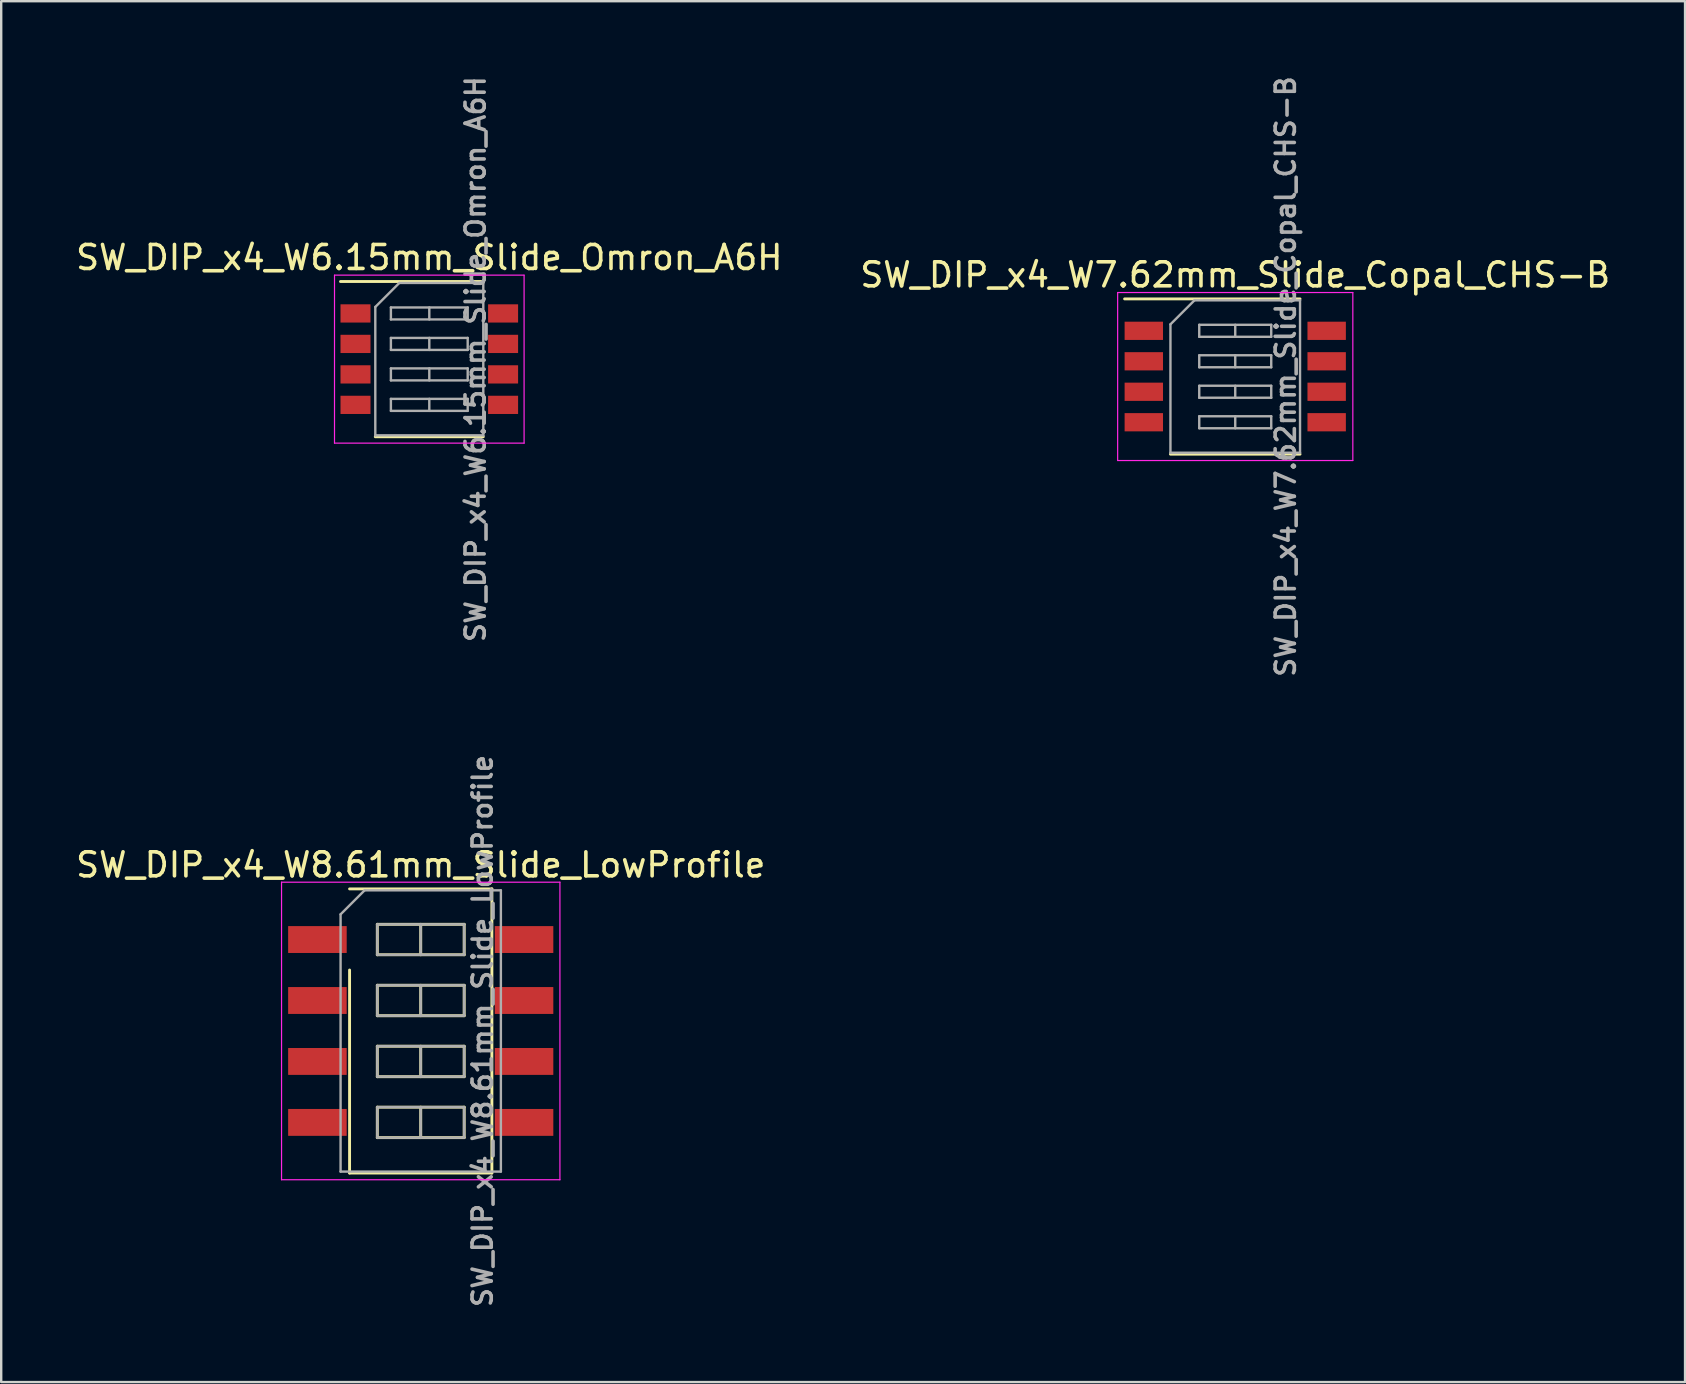
<source format=kicad_pcb>
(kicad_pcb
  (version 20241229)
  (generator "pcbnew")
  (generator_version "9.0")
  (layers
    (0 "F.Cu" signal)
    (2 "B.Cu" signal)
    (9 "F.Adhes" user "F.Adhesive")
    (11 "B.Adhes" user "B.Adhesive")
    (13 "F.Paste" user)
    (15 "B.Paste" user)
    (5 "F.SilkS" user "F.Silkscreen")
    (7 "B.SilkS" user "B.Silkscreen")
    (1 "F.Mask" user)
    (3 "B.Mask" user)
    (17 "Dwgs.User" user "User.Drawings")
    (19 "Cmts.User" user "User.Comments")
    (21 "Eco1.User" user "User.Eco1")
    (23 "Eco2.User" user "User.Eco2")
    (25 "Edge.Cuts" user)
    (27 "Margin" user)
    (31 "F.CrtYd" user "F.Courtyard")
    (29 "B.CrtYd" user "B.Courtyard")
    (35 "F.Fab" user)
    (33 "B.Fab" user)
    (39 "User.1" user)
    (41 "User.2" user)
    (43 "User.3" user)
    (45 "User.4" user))
  (footprint "SW_DIP_x4_W8.61mm_Slide_LowProfile"
    (layer "F.Cu")
    (at 14.482 39.911)
    (property "Reference" "SW_DIP_x4_W8.61mm_Slide_LowProfile" (at 0 -6.92 0) (layer "F.SilkS") (effects (font (size 1 1) (thickness 0.15))))
    (attr smd)
    (fp_line (start -2.965 -5.92) (end 2.965 -5.92) (stroke (width 0.12) (type solid)) (layer "F.SilkS"))
    (fp_line (start -2.965 5.92) (end -2.965 -2.54) (stroke (width 0.12) (type solid)) (layer "F.SilkS"))
    (fp_line (start -1.81 -4.445) (end -1.81 -3.175) (stroke (width 0.12) (type solid)) (layer "F.SilkS"))
    (fp_line (start -1.81 -3.175) (end 1.81 -3.175) (stroke (width 0.12) (type solid)) (layer "F.SilkS"))
    (fp_line (start -1.81 -1.905) (end -1.81 -0.635) (stroke (width 0.12) (type solid)) (layer "F.SilkS"))
    (fp_line (start -1.81 -0.635) (end 1.81 -0.635) (stroke (width 0.12) (type solid)) (layer "F.SilkS"))
    (fp_line (start -1.81 0.635) (end -1.81 1.905) (stroke (width 0.12) (type solid)) (layer "F.SilkS"))
    (fp_line (start -1.81 1.905) (end 1.81 1.905) (stroke (width 0.12) (type solid)) (layer "F.SilkS"))
    (fp_line (start -1.81 3.175) (end -1.81 4.445) (stroke (width 0.12) (type solid)) (layer "F.SilkS"))
    (fp_line (start -1.81 4.445) (end 1.81 4.445) (stroke (width 0.12) (type solid)) (layer "F.SilkS"))
    (fp_line (start 0 -4.445) (end 0 -3.175) (stroke (width 0.12) (type solid)) (layer "F.SilkS"))
    (fp_line (start 0 -1.905) (end 0 -0.635) (stroke (width 0.12) (type solid)) (layer "F.SilkS"))
    (fp_line (start 0 0.635) (end 0 1.905) (stroke (width 0.12) (type solid)) (layer "F.SilkS"))
    (fp_line (start 0 3.175) (end 0 4.445) (stroke (width 0.12) (type solid)) (layer "F.SilkS"))
    (fp_line (start 1.81 -4.445) (end -1.81 -4.445) (stroke (width 0.12) (type solid)) (layer "F.SilkS"))
    (fp_line (start 1.81 -3.175) (end 1.81 -4.445) (stroke (width 0.12) (type solid)) (layer "F.SilkS"))
    (fp_line (start 1.81 -1.905) (end -1.81 -1.905) (stroke (width 0.12) (type solid)) (layer "F.SilkS"))
    (fp_line (start 1.81 -0.635) (end 1.81 -1.905) (stroke (width 0.12) (type solid)) (layer "F.SilkS"))
    (fp_line (start 1.81 0.635) (end -1.81 0.635) (stroke (width 0.12) (type solid)) (layer "F.SilkS"))
    (fp_line (start 1.81 1.905) (end 1.81 0.635) (stroke (width 0.12) (type solid)) (layer "F.SilkS"))
    (fp_line (start 1.81 3.175) (end -1.81 3.175) (stroke (width 0.12) (type solid)) (layer "F.SilkS"))
    (fp_line (start 1.81 4.445) (end 1.81 3.175) (stroke (width 0.12) (type solid)) (layer "F.SilkS"))
    (fp_line (start 2.965 -5.92) (end 2.965 5.92) (stroke (width 0.12) (type solid)) (layer "F.SilkS"))
    (fp_line (start 2.965 5.92) (end -2.965 5.92) (stroke (width 0.12) (type solid)) (layer "F.SilkS"))
    (fp_line (start -5.8 -6.2) (end -5.8 6.2) (stroke (width 0.05) (type solid)) (layer "F.CrtYd"))
    (fp_line (start -5.8 6.2) (end 5.8 6.2) (stroke (width 0.05) (type solid)) (layer "F.CrtYd"))
    (fp_line (start 5.8 -6.2) (end -5.8 -6.2) (stroke (width 0.05) (type solid)) (layer "F.CrtYd"))
    (fp_line (start 5.8 6.2) (end 5.8 -6.2) (stroke (width 0.05) (type solid)) (layer "F.CrtYd"))
    (fp_line (start -3.34 -4.86) (end -2.34 -5.86) (stroke (width 0.1) (type solid)) (layer "F.Fab"))
    (fp_line (start -3.34 5.86) (end -3.34 -4.86) (stroke (width 0.1) (type solid)) (layer "F.Fab"))
    (fp_line (start -2.34 -5.86) (end 3.34 -5.86) (stroke (width 0.1) (type solid)) (layer "F.Fab"))
    (fp_line (start -1.81 -4.445) (end -1.81 -3.175) (stroke (width 0.1) (type solid)) (layer "F.Fab"))
    (fp_line (start -1.81 -3.175) (end 1.81 -3.175) (stroke (width 0.1) (type solid)) (layer "F.Fab"))
    (fp_line (start -1.81 -1.905) (end -1.81 -0.635) (stroke (width 0.1) (type solid)) (layer "F.Fab"))
    (fp_line (start -1.81 -0.635) (end 1.81 -0.635) (stroke (width 0.1) (type solid)) (layer "F.Fab"))
    (fp_line (start -1.81 0.635) (end -1.81 1.905) (stroke (width 0.1) (type solid)) (layer "F.Fab"))
    (fp_line (start -1.81 1.905) (end 1.81 1.905) (stroke (width 0.1) (type solid)) (layer "F.Fab"))
    (fp_line (start -1.81 3.175) (end -1.81 4.445) (stroke (width 0.1) (type solid)) (layer "F.Fab"))
    (fp_line (start -1.81 4.445) (end 1.81 4.445) (stroke (width 0.1) (type solid)) (layer "F.Fab"))
    (fp_line (start 0 -4.445) (end 0 -3.175) (stroke (width 0.1) (type solid)) (layer "F.Fab"))
    (fp_line (start 0 -1.905) (end 0 -0.635) (stroke (width 0.1) (type solid)) (layer "F.Fab"))
    (fp_line (start 0 0.635) (end 0 1.905) (stroke (width 0.1) (type solid)) (layer "F.Fab"))
    (fp_line (start 0 3.175) (end 0 4.445) (stroke (width 0.1) (type solid)) (layer "F.Fab"))
    (fp_line (start 1.81 -4.445) (end -1.81 -4.445) (stroke (width 0.1) (type solid)) (layer "F.Fab"))
    (fp_line (start 1.81 -3.175) (end 1.81 -4.445) (stroke (width 0.1) (type solid)) (layer "F.Fab"))
    (fp_line (start 1.81 -1.905) (end -1.81 -1.905) (stroke (width 0.1) (type solid)) (layer "F.Fab"))
    (fp_line (start 1.81 -0.635) (end 1.81 -1.905) (stroke (width 0.1) (type solid)) (layer "F.Fab"))
    (fp_line (start 1.81 0.635) (end -1.81 0.635) (stroke (width 0.1) (type solid)) (layer "F.Fab"))
    (fp_line (start 1.81 1.905) (end 1.81 0.635) (stroke (width 0.1) (type solid)) (layer "F.Fab"))
    (fp_line (start 1.81 3.175) (end -1.81 3.175) (stroke (width 0.1) (type solid)) (layer "F.Fab"))
    (fp_line (start 1.81 4.445) (end 1.81 3.175) (stroke (width 0.1) (type solid)) (layer "F.Fab"))
    (fp_line (start 3.34 -5.86) (end 3.34 5.86) (stroke (width 0.1) (type solid)) (layer "F.Fab"))
    (fp_line (start 3.34 5.86) (end -3.34 5.86) (stroke (width 0.1) (type solid)) (layer "F.Fab"))
    (fp_text user "${REFERENCE}" (at 2.575 0 90) (layer "F.Fab") (effects (font (size 0.8 0.8) (thickness 0.15))))
    (pad "1" smd rect (at -4.305 -3.81) (size 2.44 1.12) (layers "F.Cu" "F.Mask" "F.Paste"))
    (pad "2" smd rect (at -4.305 -1.27) (size 2.44 1.12) (layers "F.Cu" "F.Mask" "F.Paste"))
    (pad "3" smd rect (at -4.305 1.27) (size 2.44 1.12) (layers "F.Cu" "F.Mask" "F.Paste"))
    (pad "4" smd rect (at -4.305 3.81) (size 2.44 1.12) (layers "F.Cu" "F.Mask" "F.Paste"))
    (pad "5" smd rect (at 4.305 3.81) (size 2.44 1.12) (layers "F.Cu" "F.Mask" "F.Paste"))
    (pad "6" smd rect (at 4.305 1.27) (size 2.44 1.12) (layers "F.Cu" "F.Mask" "F.Paste"))
    (pad "7" smd rect (at 4.305 -1.27) (size 2.44 1.12) (layers "F.Cu" "F.Mask" "F.Paste"))
    (pad "8" smd rect (at 4.305 -3.81) (size 2.44 1.12) (layers "F.Cu" "F.Mask" "F.Paste")))
  (footprint "SW_DIP_x4_W6.15mm_Slide_Omron_A6H"
    (layer "F.Cu")
    (at 14.839 11.916)
    (property "Reference" "SW_DIP_x4_W6.15mm_Slide_Omron_A6H" (at 0 -4.235 0) (layer "F.SilkS") (effects (font (size 1 1) (thickness 0.15))))
    (attr smd)
    (fp_line (start -3.7 -3.235) (end 2.25 -3.235) (stroke (width 0.12) (type solid)) (layer "F.SilkS"))
    (fp_line (start -2.25 3.235) (end 2.25 3.235) (stroke (width 0.12) (type solid)) (layer "F.SilkS"))
    (fp_line (start -3.95 -3.5) (end -3.95 3.5) (stroke (width 0.05) (type solid)) (layer "F.CrtYd"))
    (fp_line (start -3.95 3.5) (end 3.95 3.5) (stroke (width 0.05) (type solid)) (layer "F.CrtYd"))
    (fp_line (start 3.95 -3.5) (end -3.95 -3.5) (stroke (width 0.05) (type solid)) (layer "F.CrtYd"))
    (fp_line (start 3.95 3.5) (end 3.95 -3.5) (stroke (width 0.05) (type solid)) (layer "F.CrtYd"))
    (fp_line (start -2.25 -2.175) (end -1.25 -3.175) (stroke (width 0.1) (type solid)) (layer "F.Fab"))
    (fp_line (start -2.25 3.175) (end -2.25 -2.175) (stroke (width 0.1) (type solid)) (layer "F.Fab"))
    (fp_line (start -1.6 -2.155) (end -1.6 -1.655) (stroke (width 0.1) (type solid)) (layer "F.Fab"))
    (fp_line (start -1.6 -1.655) (end 1.6 -1.655) (stroke (width 0.1) (type solid)) (layer "F.Fab"))
    (fp_line (start -1.6 -0.885) (end -1.6 -0.385) (stroke (width 0.1) (type solid)) (layer "F.Fab"))
    (fp_line (start -1.6 -0.385) (end 1.6 -0.385) (stroke (width 0.1) (type solid)) (layer "F.Fab"))
    (fp_line (start -1.6 0.385) (end -1.6 0.885) (stroke (width 0.1) (type solid)) (layer "F.Fab"))
    (fp_line (start -1.6 0.885) (end 1.6 0.885) (stroke (width 0.1) (type solid)) (layer "F.Fab"))
    (fp_line (start -1.6 1.655) (end -1.6 2.155) (stroke (width 0.1) (type solid)) (layer "F.Fab"))
    (fp_line (start -1.6 2.155) (end 1.6 2.155) (stroke (width 0.1) (type solid)) (layer "F.Fab"))
    (fp_line (start -1.25 -3.175) (end 2.25 -3.175) (stroke (width 0.1) (type solid)) (layer "F.Fab"))
    (fp_line (start 0 -2.155) (end 0 -1.655) (stroke (width 0.1) (type solid)) (layer "F.Fab"))
    (fp_line (start 0 -0.885) (end 0 -0.385) (stroke (width 0.1) (type solid)) (layer "F.Fab"))
    (fp_line (start 0 0.385) (end 0 0.885) (stroke (width 0.1) (type solid)) (layer "F.Fab"))
    (fp_line (start 0 1.655) (end 0 2.155) (stroke (width 0.1) (type solid)) (layer "F.Fab"))
    (fp_line (start 1.6 -2.155) (end -1.6 -2.155) (stroke (width 0.1) (type solid)) (layer "F.Fab"))
    (fp_line (start 1.6 -1.655) (end 1.6 -2.155) (stroke (width 0.1) (type solid)) (layer "F.Fab"))
    (fp_line (start 1.6 -0.885) (end -1.6 -0.885) (stroke (width 0.1) (type solid)) (layer "F.Fab"))
    (fp_line (start 1.6 -0.385) (end 1.6 -0.885) (stroke (width 0.1) (type solid)) (layer "F.Fab"))
    (fp_line (start 1.6 0.385) (end -1.6 0.385) (stroke (width 0.1) (type solid)) (layer "F.Fab"))
    (fp_line (start 1.6 0.885) (end 1.6 0.385) (stroke (width 0.1) (type solid)) (layer "F.Fab"))
    (fp_line (start 1.6 1.655) (end -1.6 1.655) (stroke (width 0.1) (type solid)) (layer "F.Fab"))
    (fp_line (start 1.6 2.155) (end 1.6 1.655) (stroke (width 0.1) (type solid)) (layer "F.Fab"))
    (fp_line (start 2.25 -3.175) (end 2.25 3.175) (stroke (width 0.1) (type solid)) (layer "F.Fab"))
    (fp_line (start 2.25 3.175) (end -2.25 3.175) (stroke (width 0.1) (type solid)) (layer "F.Fab"))
    (fp_text user "${REFERENCE}" (at 1.925 0 90) (layer "F.Fab") (effects (font (size 0.8 0.8) (thickness 0.15))))
    (pad "1" smd rect (at -3.075 -1.905) (size 1.25 0.76) (layers "F.Cu" "F.Mask" "F.Paste"))
    (pad "2" smd rect (at -3.075 -0.635) (size 1.25 0.76) (layers "F.Cu" "F.Mask" "F.Paste"))
    (pad "3" smd rect (at -3.075 0.635) (size 1.25 0.76) (layers "F.Cu" "F.Mask" "F.Paste"))
    (pad "4" smd rect (at -3.075 1.905) (size 1.25 0.76) (layers "F.Cu" "F.Mask" "F.Paste"))
    (pad "5" smd rect (at 3.075 1.905) (size 1.25 0.76) (layers "F.Cu" "F.Mask" "F.Paste"))
    (pad "6" smd rect (at 3.075 0.635) (size 1.25 0.76) (layers "F.Cu" "F.Mask" "F.Paste"))
    (pad "7" smd rect (at 3.075 -0.635) (size 1.25 0.76) (layers "F.Cu" "F.Mask" "F.Paste"))
    (pad "8" smd rect (at 3.075 -1.905) (size 1.25 0.76) (layers "F.Cu" "F.Mask" "F.Paste")))
  (footprint "SW_DIP_x4_W7.62mm_Slide_Copal_CHS-B"
    (layer "F.Cu")
    (at 48.423 12.64)
    (property "Reference" "SW_DIP_x4_W7.62mm_Slide_Copal_CHS-B" (at 0 -4.235 0) (layer "F.SilkS") (effects (font (size 1 1) (thickness 0.15))))
    (attr smd)
    (fp_line (start -4.61 -3.235) (end 2.7 -3.235) (stroke (width 0.12) (type solid)) (layer "F.SilkS"))
    (fp_line (start -2.7 3.235) (end 2.7 3.235) (stroke (width 0.12) (type solid)) (layer "F.SilkS"))
    (fp_line (start -4.9 -3.5) (end -4.9 3.5) (stroke (width 0.05) (type solid)) (layer "F.CrtYd"))
    (fp_line (start -4.9 3.5) (end 4.9 3.5) (stroke (width 0.05) (type solid)) (layer "F.CrtYd"))
    (fp_line (start 4.9 -3.5) (end -4.9 -3.5) (stroke (width 0.05) (type solid)) (layer "F.CrtYd"))
    (fp_line (start 4.9 3.5) (end 4.9 -3.5) (stroke (width 0.05) (type solid)) (layer "F.CrtYd"))
    (fp_line (start -2.7 -2.175) (end -1.7 -3.175) (stroke (width 0.1) (type solid)) (layer "F.Fab"))
    (fp_line (start -2.7 3.175) (end -2.7 -2.175) (stroke (width 0.1) (type solid)) (layer "F.Fab"))
    (fp_line (start -1.7 -3.175) (end 2.7 -3.175) (stroke (width 0.1) (type solid)) (layer "F.Fab"))
    (fp_line (start -1.5 -2.155) (end -1.5 -1.655) (stroke (width 0.1) (type solid)) (layer "F.Fab"))
    (fp_line (start -1.5 -1.655) (end 1.5 -1.655) (stroke (width 0.1) (type solid)) (layer "F.Fab"))
    (fp_line (start -1.5 -0.885) (end -1.5 -0.385) (stroke (width 0.1) (type solid)) (layer "F.Fab"))
    (fp_line (start -1.5 -0.385) (end 1.5 -0.385) (stroke (width 0.1) (type solid)) (layer "F.Fab"))
    (fp_line (start -1.5 0.385) (end -1.5 0.885) (stroke (width 0.1) (type solid)) (layer "F.Fab"))
    (fp_line (start -1.5 0.885) (end 1.5 0.885) (stroke (width 0.1) (type solid)) (layer "F.Fab"))
    (fp_line (start -1.5 1.655) (end -1.5 2.155) (stroke (width 0.1) (type solid)) (layer "F.Fab"))
    (fp_line (start -1.5 2.155) (end 1.5 2.155) (stroke (width 0.1) (type solid)) (layer "F.Fab"))
    (fp_line (start 0 -2.155) (end 0 -1.655) (stroke (width 0.1) (type solid)) (layer "F.Fab"))
    (fp_line (start 0 -0.885) (end 0 -0.385) (stroke (width 0.1) (type solid)) (layer "F.Fab"))
    (fp_line (start 0 0.385) (end 0 0.885) (stroke (width 0.1) (type solid)) (layer "F.Fab"))
    (fp_line (start 0 1.655) (end 0 2.155) (stroke (width 0.1) (type solid)) (layer "F.Fab"))
    (fp_line (start 1.5 -2.155) (end -1.5 -2.155) (stroke (width 0.1) (type solid)) (layer "F.Fab"))
    (fp_line (start 1.5 -1.655) (end 1.5 -2.155) (stroke (width 0.1) (type solid)) (layer "F.Fab"))
    (fp_line (start 1.5 -0.885) (end -1.5 -0.885) (stroke (width 0.1) (type solid)) (layer "F.Fab"))
    (fp_line (start 1.5 -0.385) (end 1.5 -0.885) (stroke (width 0.1) (type solid)) (layer "F.Fab"))
    (fp_line (start 1.5 0.385) (end -1.5 0.385) (stroke (width 0.1) (type solid)) (layer "F.Fab"))
    (fp_line (start 1.5 0.885) (end 1.5 0.385) (stroke (width 0.1) (type solid)) (layer "F.Fab"))
    (fp_line (start 1.5 1.655) (end -1.5 1.655) (stroke (width 0.1) (type solid)) (layer "F.Fab"))
    (fp_line (start 1.5 2.155) (end 1.5 1.655) (stroke (width 0.1) (type solid)) (layer "F.Fab"))
    (fp_line (start 2.7 -3.175) (end 2.7 3.175) (stroke (width 0.1) (type solid)) (layer "F.Fab"))
    (fp_line (start 2.7 3.175) (end -2.7 3.175) (stroke (width 0.1) (type solid)) (layer "F.Fab"))
    (fp_text user "${REFERENCE}" (at 2.1 0 90) (layer "F.Fab") (effects (font (size 0.8 0.8) (thickness 0.15))))
    (pad "1" smd rect (at -3.81 -1.905) (size 1.6 0.76) (layers "F.Cu" "F.Mask" "F.Paste"))
    (pad "2" smd rect (at -3.81 -0.635) (size 1.6 0.76) (layers "F.Cu" "F.Mask" "F.Paste"))
    (pad "3" smd rect (at -3.81 0.635) (size 1.6 0.76) (layers "F.Cu" "F.Mask" "F.Paste"))
    (pad "4" smd rect (at -3.81 1.905) (size 1.6 0.76) (layers "F.Cu" "F.Mask" "F.Paste"))
    (pad "5" smd rect (at 3.81 1.905) (size 1.6 0.76) (layers "F.Cu" "F.Mask" "F.Paste"))
    (pad "6" smd rect (at 3.81 0.635) (size 1.6 0.76) (layers "F.Cu" "F.Mask" "F.Paste"))
    (pad "7" smd rect (at 3.81 -0.635) (size 1.6 0.76) (layers "F.Cu" "F.Mask" "F.Paste"))
    (pad "8" smd rect (at 3.81 -1.905) (size 1.6 0.76) (layers "F.Cu" "F.Mask" "F.Paste")))
  (gr_rect
    (start -3 -3)
    (end 67.167 54.542)
    (stroke (width 0.1) (type default))
    (fill no)
    (layer "Edge.Cuts")))
</source>
